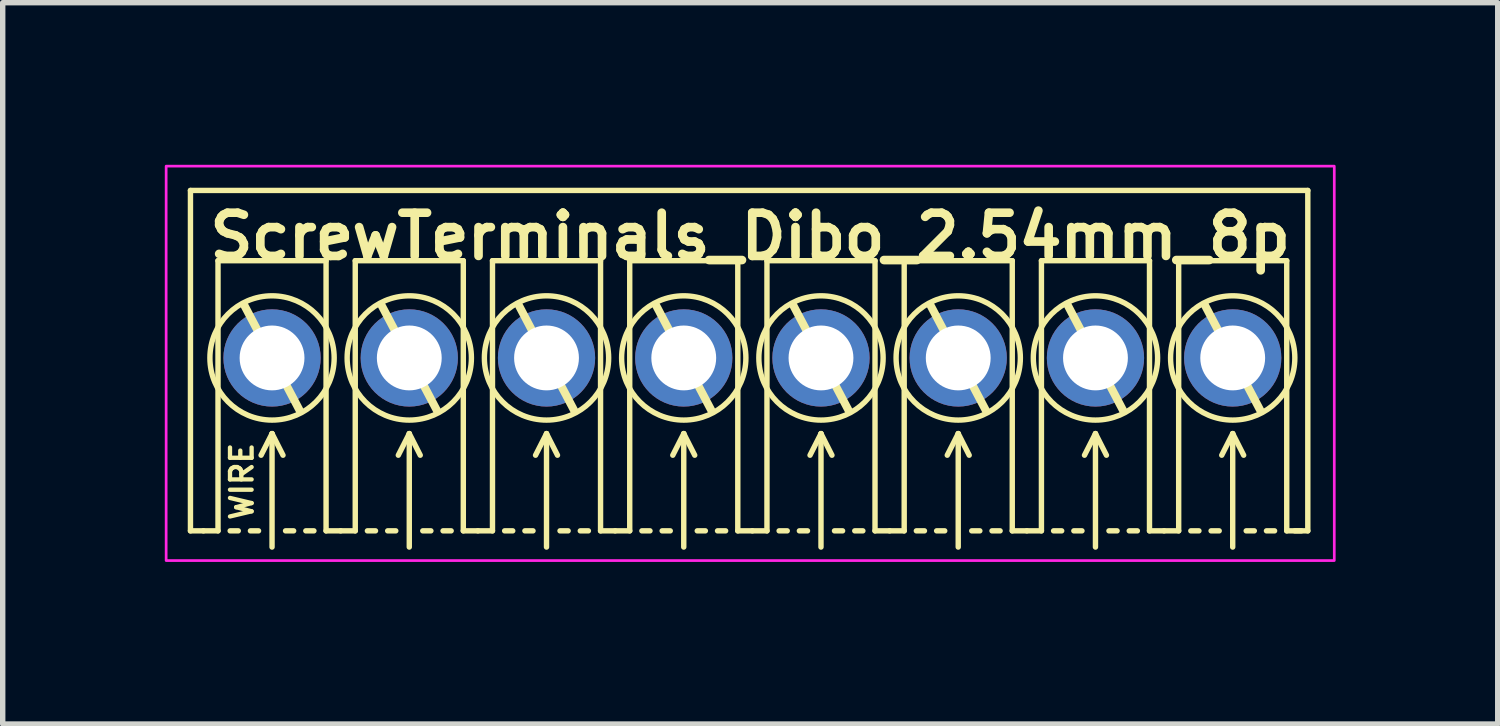
<source format=kicad_pcb>
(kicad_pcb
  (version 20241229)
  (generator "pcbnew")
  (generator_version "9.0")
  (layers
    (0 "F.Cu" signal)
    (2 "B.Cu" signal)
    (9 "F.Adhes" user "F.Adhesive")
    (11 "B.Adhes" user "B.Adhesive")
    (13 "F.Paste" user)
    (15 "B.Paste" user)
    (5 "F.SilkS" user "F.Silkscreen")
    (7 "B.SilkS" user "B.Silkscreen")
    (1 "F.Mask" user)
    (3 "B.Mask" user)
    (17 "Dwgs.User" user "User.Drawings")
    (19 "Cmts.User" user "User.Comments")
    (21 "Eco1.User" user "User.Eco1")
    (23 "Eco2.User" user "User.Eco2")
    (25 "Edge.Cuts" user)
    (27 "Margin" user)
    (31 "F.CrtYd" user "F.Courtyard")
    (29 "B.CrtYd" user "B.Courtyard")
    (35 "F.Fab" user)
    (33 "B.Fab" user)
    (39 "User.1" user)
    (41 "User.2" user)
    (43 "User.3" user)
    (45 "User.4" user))
  (footprint "ScrewTerminals_Dibo_2.54mm_8p"
    (layer "F.Cu")
    (at 10.835 3.575)
    (property "Reference" "ScrewTerminals_Dibo_2.54mm_8p" (at 0 -2.25 0) (unlocked yes) (layer "F.SilkS") (effects (font (size 0.8 0.8) (thickness 0.16) (bold yes))))
    (attr through_hole)
    (fp_line (start -10.36 -3.1) (end 10.32 -3.1) (stroke (width 0.1) (type default)) (layer "F.SilkS"))
    (fp_line (start -10.36 3.2) (end -10.36 -3.1) (stroke (width 0.1) (type default)) (layer "F.SilkS"))
    (fp_line (start -10.36 3.2) (end -10.12 3.2) (stroke (width 0.1) (type default)) (layer "F.SilkS"))
    (fp_line (start -10.12 3.2) (end -9.85 3.2) (stroke (width 0.1) (type default)) (layer "F.SilkS"))
    (fp_line (start -9.85 -1.8) (end -7.85 -1.8) (stroke (width 0.1) (type solid)) (layer "F.SilkS"))
    (fp_line (start -9.85 3.2) (end -9.85 -1.8) (stroke (width 0.1) (type solid)) (layer "F.SilkS"))
    (fp_line (start -9.625 3.2) (end -9.475 3.2) (stroke (width 0.1) (type default)) (layer "F.SilkS"))
    (fp_line (start -9.358 -0.965) (end -8.342 0.965) (stroke (width 0.15) (type default)) (layer "F.SilkS"))
    (fp_line (start -9.25 3.2) (end -9.1 3.2) (stroke (width 0.1) (type default)) (layer "F.SilkS"))
    (fp_line (start -8.85 1.4) (end -9.053 1.8) (stroke (width 0.1) (type default)) (layer "F.SilkS"))
    (fp_line (start -8.85 1.4) (end -8.647 1.8) (stroke (width 0.1) (type default)) (layer "F.SilkS"))
    (fp_line (start -8.85 3.5) (end -8.85 1.4) (stroke (width 0.1) (type default)) (layer "F.SilkS"))
    (fp_line (start -8.6 3.2) (end -8.45 3.2) (stroke (width 0.1) (type default)) (layer "F.SilkS"))
    (fp_line (start -8.225 3.2) (end -8.075 3.2) (stroke (width 0.1) (type default)) (layer "F.SilkS"))
    (fp_line (start -7.85 -1.8) (end -7.85 3.2) (stroke (width 0.1) (type solid)) (layer "F.SilkS"))
    (fp_line (start -7.85 3.2) (end -7.58 3.2) (stroke (width 0.1) (type default)) (layer "F.SilkS"))
    (fp_line (start -7.58 3.2) (end -7.31 3.2) (stroke (width 0.1) (type default)) (layer "F.SilkS"))
    (fp_line (start -7.31 -1.8) (end -5.31 -1.8) (stroke (width 0.1) (type solid)) (layer "F.SilkS"))
    (fp_line (start -7.31 3.2) (end -7.31 -1.8) (stroke (width 0.1) (type solid)) (layer "F.SilkS"))
    (fp_line (start -7.085 3.2) (end -6.935 3.2) (stroke (width 0.1) (type default)) (layer "F.SilkS"))
    (fp_line (start -6.818 -0.965) (end -5.802 0.965) (stroke (width 0.15) (type default)) (layer "F.SilkS"))
    (fp_line (start -6.71 3.2) (end -6.56 3.2) (stroke (width 0.1) (type default)) (layer "F.SilkS"))
    (fp_line (start -6.31 1.4) (end -6.513 1.8) (stroke (width 0.1) (type default)) (layer "F.SilkS"))
    (fp_line (start -6.31 1.4) (end -6.107 1.8) (stroke (width 0.1) (type default)) (layer "F.SilkS"))
    (fp_line (start -6.31 3.5) (end -6.31 1.4) (stroke (width 0.1) (type default)) (layer "F.SilkS"))
    (fp_line (start -6.06 3.2) (end -5.91 3.2) (stroke (width 0.1) (type default)) (layer "F.SilkS"))
    (fp_line (start -5.685 3.2) (end -5.535 3.2) (stroke (width 0.1) (type default)) (layer "F.SilkS"))
    (fp_line (start -5.31 -1.8) (end -5.31 3.2) (stroke (width 0.1) (type solid)) (layer "F.SilkS"))
    (fp_line (start -5.31 3.2) (end -5.04 3.2) (stroke (width 0.1) (type default)) (layer "F.SilkS"))
    (fp_line (start -5.04 3.2) (end -4.77 3.2) (stroke (width 0.1) (type default)) (layer "F.SilkS"))
    (fp_line (start -4.77 -1.8) (end -2.77 -1.8) (stroke (width 0.1) (type solid)) (layer "F.SilkS"))
    (fp_line (start -4.77 3.2) (end -4.77 -1.8) (stroke (width 0.1) (type solid)) (layer "F.SilkS"))
    (fp_line (start -4.545 3.2) (end -4.395 3.2) (stroke (width 0.1) (type default)) (layer "F.SilkS"))
    (fp_line (start -4.278 -0.965) (end -3.262 0.965) (stroke (width 0.15) (type default)) (layer "F.SilkS"))
    (fp_line (start -4.17 3.2) (end -4.02 3.2) (stroke (width 0.1) (type default)) (layer "F.SilkS"))
    (fp_line (start -3.77 1.4) (end -3.973 1.8) (stroke (width 0.1) (type default)) (layer "F.SilkS"))
    (fp_line (start -3.77 1.4) (end -3.567 1.8) (stroke (width 0.1) (type default)) (layer "F.SilkS"))
    (fp_line (start -3.77 3.5) (end -3.77 1.4) (stroke (width 0.1) (type default)) (layer "F.SilkS"))
    (fp_line (start -3.52 3.2) (end -3.37 3.2) (stroke (width 0.1) (type default)) (layer "F.SilkS"))
    (fp_line (start -3.145 3.2) (end -2.995 3.2) (stroke (width 0.1) (type default)) (layer "F.SilkS"))
    (fp_line (start -2.77 -1.8) (end -2.77 3.2) (stroke (width 0.1) (type solid)) (layer "F.SilkS"))
    (fp_line (start -2.77 3.2) (end -2.5 3.2) (stroke (width 0.1) (type default)) (layer "F.SilkS"))
    (fp_line (start -2.5 3.2) (end -2.23 3.2) (stroke (width 0.1) (type default)) (layer "F.SilkS"))
    (fp_line (start -2.23 -1.8) (end -0.23 -1.8) (stroke (width 0.1) (type solid)) (layer "F.SilkS"))
    (fp_line (start -2.23 3.2) (end -2.23 -1.8) (stroke (width 0.1) (type solid)) (layer "F.SilkS"))
    (fp_line (start -2.005 3.2) (end -1.855 3.2) (stroke (width 0.1) (type default)) (layer "F.SilkS"))
    (fp_line (start -1.738 -0.965) (end -0.722 0.965) (stroke (width 0.15) (type default)) (layer "F.SilkS"))
    (fp_line (start -1.63 3.2) (end -1.48 3.2) (stroke (width 0.1) (type default)) (layer "F.SilkS"))
    (fp_line (start -1.23 1.4) (end -1.433 1.8) (stroke (width 0.1) (type default)) (layer "F.SilkS"))
    (fp_line (start -1.23 1.4) (end -1.027 1.8) (stroke (width 0.1) (type default)) (layer "F.SilkS"))
    (fp_line (start -1.23 3.5) (end -1.23 1.4) (stroke (width 0.1) (type default)) (layer "F.SilkS"))
    (fp_line (start -0.98 3.2) (end -0.83 3.2) (stroke (width 0.1) (type default)) (layer "F.SilkS"))
    (fp_line (start -0.605 3.2) (end -0.455 3.2) (stroke (width 0.1) (type default)) (layer "F.SilkS"))
    (fp_line (start -0.23 -1.8) (end -0.23 3.2) (stroke (width 0.1) (type solid)) (layer "F.SilkS"))
    (fp_line (start -0.23 3.2) (end 0.04 3.2) (stroke (width 0.1) (type default)) (layer "F.SilkS"))
    (fp_line (start 0.04 3.2) (end 0.31 3.2) (stroke (width 0.1) (type default)) (layer "F.SilkS"))
    (fp_line (start 0.31 -1.8) (end 2.31 -1.8) (stroke (width 0.1) (type solid)) (layer "F.SilkS"))
    (fp_line (start 0.31 3.2) (end 0.31 -1.8) (stroke (width 0.1) (type solid)) (layer "F.SilkS"))
    (fp_line (start 0.535 3.2) (end 0.685 3.2) (stroke (width 0.1) (type default)) (layer "F.SilkS"))
    (fp_line (start 0.802 -0.965) (end 1.818 0.965) (stroke (width 0.15) (type default)) (layer "F.SilkS"))
    (fp_line (start 0.91 3.2) (end 1.06 3.2) (stroke (width 0.1) (type default)) (layer "F.SilkS"))
    (fp_line (start 1.31 1.4) (end 1.107 1.8) (stroke (width 0.1) (type default)) (layer "F.SilkS"))
    (fp_line (start 1.31 1.4) (end 1.513 1.8) (stroke (width 0.1) (type default)) (layer "F.SilkS"))
    (fp_line (start 1.31 3.5) (end 1.31 1.4) (stroke (width 0.1) (type default)) (layer "F.SilkS"))
    (fp_line (start 1.56 3.2) (end 1.71 3.2) (stroke (width 0.1) (type default)) (layer "F.SilkS"))
    (fp_line (start 1.935 3.2) (end 2.085 3.2) (stroke (width 0.1) (type default)) (layer "F.SilkS"))
    (fp_line (start 2.31 -1.8) (end 2.31 3.2) (stroke (width 0.1) (type solid)) (layer "F.SilkS"))
    (fp_line (start 2.31 3.2) (end 2.58 3.2) (stroke (width 0.1) (type default)) (layer "F.SilkS"))
    (fp_line (start 2.58 3.2) (end 2.85 3.2) (stroke (width 0.1) (type default)) (layer "F.SilkS"))
    (fp_line (start 2.85 -1.8) (end 4.85 -1.8) (stroke (width 0.1) (type solid)) (layer "F.SilkS"))
    (fp_line (start 2.85 3.2) (end 2.85 -1.8) (stroke (width 0.1) (type solid)) (layer "F.SilkS"))
    (fp_line (start 3.075 3.2) (end 3.225 3.2) (stroke (width 0.1) (type default)) (layer "F.SilkS"))
    (fp_line (start 3.342 -0.965) (end 4.358 0.965) (stroke (width 0.15) (type default)) (layer "F.SilkS"))
    (fp_line (start 3.45 3.2) (end 3.6 3.2) (stroke (width 0.1) (type default)) (layer "F.SilkS"))
    (fp_line (start 3.85 1.4) (end 3.647 1.8) (stroke (width 0.1) (type default)) (layer "F.SilkS"))
    (fp_line (start 3.85 1.4) (end 4.053 1.8) (stroke (width 0.1) (type default)) (layer "F.SilkS"))
    (fp_line (start 3.85 3.5) (end 3.85 1.4) (stroke (width 0.1) (type default)) (layer "F.SilkS"))
    (fp_line (start 4.1 3.2) (end 4.25 3.2) (stroke (width 0.1) (type default)) (layer "F.SilkS"))
    (fp_line (start 4.475 3.2) (end 4.625 3.2) (stroke (width 0.1) (type default)) (layer "F.SilkS"))
    (fp_line (start 4.85 -1.8) (end 4.85 3.2) (stroke (width 0.1) (type solid)) (layer "F.SilkS"))
    (fp_line (start 4.85 3.2) (end 5.12 3.2) (stroke (width 0.1) (type default)) (layer "F.SilkS"))
    (fp_line (start 5.12 3.2) (end 5.39 3.2) (stroke (width 0.1) (type default)) (layer "F.SilkS"))
    (fp_line (start 5.39 -1.8) (end 7.39 -1.8) (stroke (width 0.1) (type solid)) (layer "F.SilkS"))
    (fp_line (start 5.39 3.2) (end 5.39 -1.8) (stroke (width 0.1) (type solid)) (layer "F.SilkS"))
    (fp_line (start 5.615 3.2) (end 5.765 3.2) (stroke (width 0.1) (type default)) (layer "F.SilkS"))
    (fp_line (start 5.882 -0.965) (end 6.898 0.965) (stroke (width 0.15) (type default)) (layer "F.SilkS"))
    (fp_line (start 5.99 3.2) (end 6.14 3.2) (stroke (width 0.1) (type default)) (layer "F.SilkS"))
    (fp_line (start 6.39 1.4) (end 6.187 1.8) (stroke (width 0.1) (type default)) (layer "F.SilkS"))
    (fp_line (start 6.39 1.4) (end 6.593 1.8) (stroke (width 0.1) (type default)) (layer "F.SilkS"))
    (fp_line (start 6.39 3.5) (end 6.39 1.4) (stroke (width 0.1) (type default)) (layer "F.SilkS"))
    (fp_line (start 6.64 3.2) (end 6.79 3.2) (stroke (width 0.1) (type default)) (layer "F.SilkS"))
    (fp_line (start 7.015 3.2) (end 7.165 3.2) (stroke (width 0.1) (type default)) (layer "F.SilkS"))
    (fp_line (start 7.39 -1.8) (end 7.39 3.2) (stroke (width 0.1) (type solid)) (layer "F.SilkS"))
    (fp_line (start 7.39 3.2) (end 7.66 3.2) (stroke (width 0.1) (type default)) (layer "F.SilkS"))
    (fp_line (start 7.66 3.2) (end 7.93 3.2) (stroke (width 0.1) (type default)) (layer "F.SilkS"))
    (fp_line (start 7.93 -1.8) (end 9.93 -1.8) (stroke (width 0.1) (type solid)) (layer "F.SilkS"))
    (fp_line (start 7.93 3.2) (end 7.93 -1.8) (stroke (width 0.1) (type solid)) (layer "F.SilkS"))
    (fp_line (start 8.155 3.2) (end 8.305 3.2) (stroke (width 0.1) (type default)) (layer "F.SilkS"))
    (fp_line (start 8.422 -0.965) (end 9.438 0.965) (stroke (width 0.15) (type default)) (layer "F.SilkS"))
    (fp_line (start 8.53 3.2) (end 8.68 3.2) (stroke (width 0.1) (type default)) (layer "F.SilkS"))
    (fp_line (start 8.93 1.4) (end 8.727 1.8) (stroke (width 0.1) (type default)) (layer "F.SilkS"))
    (fp_line (start 8.93 1.4) (end 9.133 1.8) (stroke (width 0.1) (type default)) (layer "F.SilkS"))
    (fp_line (start 8.93 3.5) (end 8.93 1.4) (stroke (width 0.1) (type default)) (layer "F.SilkS"))
    (fp_line (start 9.18 3.2) (end 9.33 3.2) (stroke (width 0.1) (type default)) (layer "F.SilkS"))
    (fp_line (start 9.555 3.2) (end 9.705 3.2) (stroke (width 0.1) (type default)) (layer "F.SilkS"))
    (fp_line (start 9.93 -1.8) (end 9.93 3.2) (stroke (width 0.1) (type solid)) (layer "F.SilkS"))
    (fp_line (start 9.93 3.2) (end 10.2 3.2) (stroke (width 0.1) (type default)) (layer "F.SilkS"))
    (fp_line (start 10.32 3.2) (end 10.08 3.2) (stroke (width 0.1) (type default)) (layer "F.SilkS"))
    (fp_line (start 10.32 3.2) (end 10.32 -3.1) (stroke (width 0.1) (type default)) (layer "F.SilkS"))
    (fp_circle (center -8.85 0) (end -10 0) (stroke (width 0.1) (type default)) (fill no) (layer "F.SilkS"))
    (fp_circle (center -6.31 0) (end -7.46 0) (stroke (width 0.1) (type default)) (fill no) (layer "F.SilkS"))
    (fp_circle (center -3.77 0) (end -4.92 0) (stroke (width 0.1) (type default)) (fill no) (layer "F.SilkS"))
    (fp_circle (center -1.23 0) (end -2.38 0) (stroke (width 0.1) (type default)) (fill no) (layer "F.SilkS"))
    (fp_circle (center 1.31 0) (end 0.16 0) (stroke (width 0.1) (type default)) (fill no) (layer "F.SilkS"))
    (fp_circle (center 3.85 0) (end 2.7 0) (stroke (width 0.1) (type default)) (fill no) (layer "F.SilkS"))
    (fp_circle (center 6.39 0) (end 5.24 0) (stroke (width 0.1) (type default)) (fill no) (layer "F.SilkS"))
    (fp_circle (center 8.93 0) (end 7.78 0) (stroke (width 0.1) (type default)) (fill no) (layer "F.SilkS"))
    (fp_rect (start -10.81 -3.55) (end 10.81 3.75) (stroke (width 0.05) (type default)) (fill no) (layer "F.CrtYd"))
    (fp_text user "WIRE" (at -9.409 2.286 90) (unlocked yes) (layer "F.SilkS") (effects (font (size 0.4 0.4) (thickness 0.08) (bold yes))))
    (pad "1" thru_hole circle (at -8.85 0) (size 1.8 1.8) (drill 1.2) (layers "*.Cu" "*.Mask"))
    (pad "2" thru_hole circle (at -6.31 0) (size 1.8 1.8) (drill 1.2) (layers "*.Cu" "*.Mask"))
    (pad "3" thru_hole circle (at -3.77 0) (size 1.8 1.8) (drill 1.2) (layers "*.Cu" "*.Mask"))
    (pad "4" thru_hole circle (at -1.23 0) (size 1.8 1.8) (drill 1.2) (layers "*.Cu" "*.Mask"))
    (pad "5" thru_hole circle (at 1.31 0) (size 1.8 1.8) (drill 1.2) (layers "*.Cu" "*.Mask"))
    (pad "6" thru_hole circle (at 3.85 0) (size 1.8 1.8) (drill 1.2) (layers "*.Cu" "*.Mask"))
    (pad "7" thru_hole circle (at 6.39 0) (size 1.8 1.8) (drill 1.2) (layers "*.Cu" "*.Mask"))
    (pad "8" thru_hole circle (at 8.93 0) (size 1.8 1.8) (drill 1.2) (layers "*.Cu" "*.Mask")))
  (gr_rect
    (start -3 -3)
    (end 24.67 10.35)
    (stroke (width 0.1) (type default))
    (fill no)
    (layer "Edge.Cuts")))
</source>
